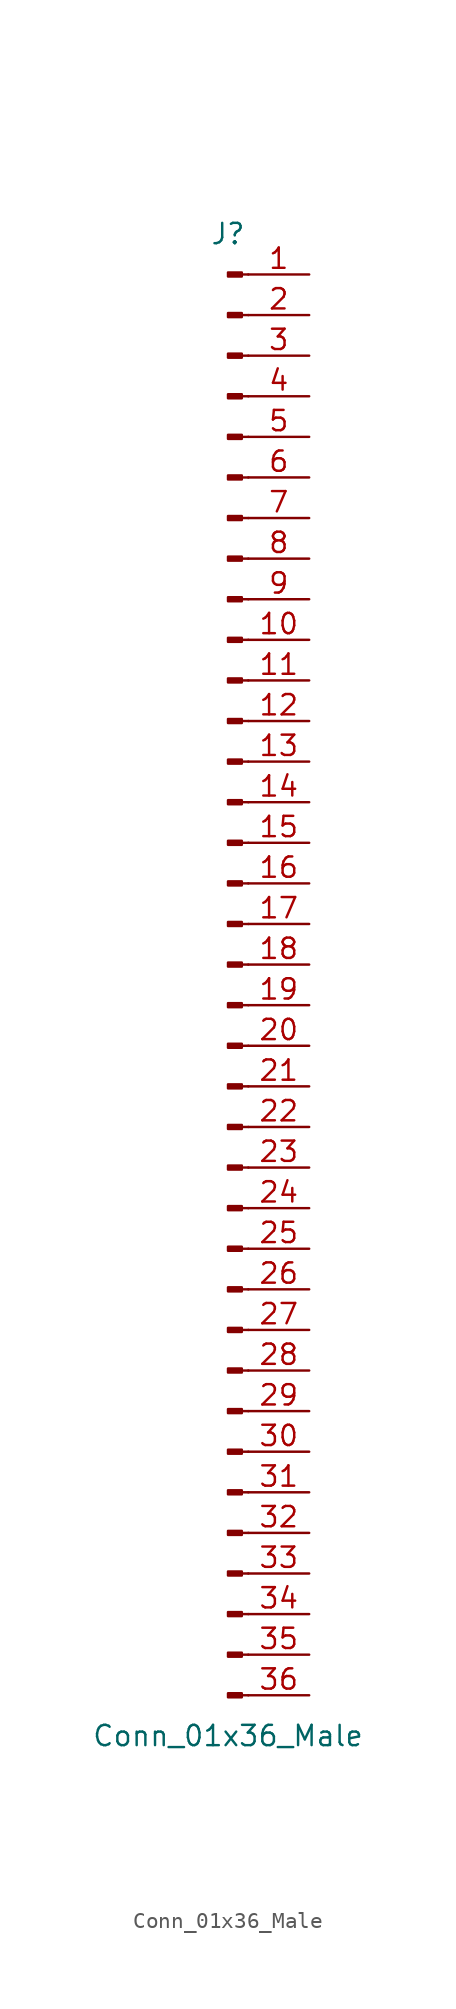
<source format=kicad_sym>
(kicad_symbol_lib
  (version 20201005)
  (generator kicad_symbol_editor)
  (symbol "Connector:Conn_01x36_Male"
    (pin_names
      (offset 1.016) hide)
    (property "Reference" "J"
      (at 0 45.72 0)
      (effects (font (size 1.27 1.27))))
    (property "Value" "Conn_01x36_Male"
      (at 0 -48.26 0)
      (effects (font (size 1.27 1.27))))
    (symbol "Conn_01x36_Male_1_1"
      (rectangle (start 0.864 -45.593) (end 0 -45.847) (stroke (width 0.152)) (fill (type outline)))
      (rectangle (start 0.864 -43.053) (end 0 -43.307) (stroke (width 0.152)) (fill (type outline)))
      (rectangle (start 0.864 -40.513) (end 0 -40.767) (stroke (width 0.152)) (fill (type outline)))
      (rectangle (start 0.864 -37.973) (end 0 -38.227) (stroke (width 0.152)) (fill (type outline)))
      (rectangle (start 0.864 -35.433) (end 0 -35.687) (stroke (width 0.152)) (fill (type outline)))
      (rectangle (start 0.864 -32.893) (end 0 -33.147) (stroke (width 0.152)) (fill (type outline)))
      (rectangle (start 0.864 -30.353) (end 0 -30.607) (stroke (width 0.152)) (fill (type outline)))
      (rectangle (start 0.864 -27.813) (end 0 -28.067) (stroke (width 0.152)) (fill (type outline)))
      (rectangle (start 0.864 -25.273) (end 0 -25.527) (stroke (width 0.152)) (fill (type outline)))
      (rectangle (start 0.864 -22.733) (end 0 -22.987) (stroke (width 0.152)) (fill (type outline)))
      (rectangle (start 0.864 -20.193) (end 0 -20.447) (stroke (width 0.152)) (fill (type outline)))
      (rectangle (start 0.864 -17.653) (end 0 -17.907) (stroke (width 0.152)) (fill (type outline)))
      (rectangle (start 0.864 -15.113) (end 0 -15.367) (stroke (width 0.152)) (fill (type outline)))
      (rectangle (start 0.864 -12.573) (end 0 -12.827) (stroke (width 0.152)) (fill (type outline)))
      (rectangle (start 0.864 -10.033) (end 0 -10.287) (stroke (width 0.152)) (fill (type outline)))
      (rectangle (start 0.864 -7.493) (end 0 -7.747) (stroke (width 0.152)) (fill (type outline)))
      (rectangle (start 0.864 -4.953) (end 0 -5.207) (stroke (width 0.152)) (fill (type outline)))
      (rectangle (start 0.864 -2.413) (end 0 -2.667) (stroke (width 0.152)) (fill (type outline)))
      (rectangle (start 0.864 0.127) (end 0 -0.127) (stroke (width 0.152)) (fill (type outline)))
      (rectangle (start 0.864 2.667) (end 0 2.413) (stroke (width 0.152)) (fill (type outline)))
      (rectangle (start 0.864 5.207) (end 0 4.953) (stroke (width 0.152)) (fill (type outline)))
      (rectangle (start 0.864 7.747) (end 0 7.493) (stroke (width 0.152)) (fill (type outline)))
      (rectangle (start 0.864 10.287) (end 0 10.033) (stroke (width 0.152)) (fill (type outline)))
      (rectangle (start 0.864 12.827) (end 0 12.573) (stroke (width 0.152)) (fill (type outline)))
      (rectangle (start 0.864 15.367) (end 0 15.113) (stroke (width 0.152)) (fill (type outline)))
      (rectangle (start 0.864 17.907) (end 0 17.653) (stroke (width 0.152)) (fill (type outline)))
      (rectangle (start 0.864 20.447) (end 0 20.193) (stroke (width 0.152)) (fill (type outline)))
      (rectangle (start 0.864 22.987) (end 0 22.733) (stroke (width 0.152)) (fill (type outline)))
      (rectangle (start 0.864 25.527) (end 0 25.273) (stroke (width 0.152)) (fill (type outline)))
      (rectangle (start 0.864 28.067) (end 0 27.813) (stroke (width 0.152)) (fill (type outline)))
      (rectangle (start 0.864 30.607) (end 0 30.353) (stroke (width 0.152)) (fill (type outline)))
      (rectangle (start 0.864 33.147) (end 0 32.893) (stroke (width 0.152)) (fill (type outline)))
      (rectangle (start 0.864 35.687) (end 0 35.433) (stroke (width 0.152)) (fill (type outline)))
      (rectangle (start 0.864 38.227) (end 0 37.973) (stroke (width 0.152)) (fill (type outline)))
      (rectangle (start 0.864 40.767) (end 0 40.513) (stroke (width 0.152)) (fill (type outline)))
      (rectangle (start 0.864 43.307) (end 0 43.053) (stroke (width 0.152)) (fill (type outline)))
      (polyline (pts (xy 1.27 -45.72) (xy 0.864 -45.72)) (stroke (width 0.152)) (fill (type none)))
      (polyline (pts (xy 1.27 -43.18) (xy 0.864 -43.18)) (stroke (width 0.152)) (fill (type none)))
      (polyline (pts (xy 1.27 -40.64) (xy 0.864 -40.64)) (stroke (width 0.152)) (fill (type none)))
      (polyline (pts (xy 1.27 -38.1) (xy 0.864 -38.1)) (stroke (width 0.152)) (fill (type none)))
      (polyline (pts (xy 1.27 -35.56) (xy 0.864 -35.56)) (stroke (width 0.152)) (fill (type none)))
      (polyline (pts (xy 1.27 -33.02) (xy 0.864 -33.02)) (stroke (width 0.152)) (fill (type none)))
      (polyline (pts (xy 1.27 -30.48) (xy 0.864 -30.48)) (stroke (width 0.152)) (fill (type none)))
      (polyline (pts (xy 1.27 -27.94) (xy 0.864 -27.94)) (stroke (width 0.152)) (fill (type none)))
      (polyline (pts (xy 1.27 -25.4) (xy 0.864 -25.4)) (stroke (width 0.152)) (fill (type none)))
      (polyline (pts (xy 1.27 -22.86) (xy 0.864 -22.86)) (stroke (width 0.152)) (fill (type none)))
      (polyline (pts (xy 1.27 -20.32) (xy 0.864 -20.32)) (stroke (width 0.152)) (fill (type none)))
      (polyline (pts (xy 1.27 -17.78) (xy 0.864 -17.78)) (stroke (width 0.152)) (fill (type none)))
      (polyline (pts (xy 1.27 -15.24) (xy 0.864 -15.24)) (stroke (width 0.152)) (fill (type none)))
      (polyline (pts (xy 1.27 -12.7) (xy 0.864 -12.7)) (stroke (width 0.152)) (fill (type none)))
      (polyline (pts (xy 1.27 -10.16) (xy 0.864 -10.16)) (stroke (width 0.152)) (fill (type none)))
      (polyline (pts (xy 1.27 -7.62) (xy 0.864 -7.62)) (stroke (width 0.152)) (fill (type none)))
      (polyline (pts (xy 1.27 -5.08) (xy 0.864 -5.08)) (stroke (width 0.152)) (fill (type none)))
      (polyline (pts (xy 1.27 -2.54) (xy 0.864 -2.54)) (stroke (width 0.152)) (fill (type none)))
      (polyline (pts (xy 1.27 0) (xy 0.864 0)) (stroke (width 0.152)) (fill (type none)))
      (polyline (pts (xy 1.27 2.54) (xy 0.864 2.54)) (stroke (width 0.152)) (fill (type none)))
      (polyline (pts (xy 1.27 5.08) (xy 0.864 5.08)) (stroke (width 0.152)) (fill (type none)))
      (polyline (pts (xy 1.27 7.62) (xy 0.864 7.62)) (stroke (width 0.152)) (fill (type none)))
      (polyline (pts (xy 1.27 10.16) (xy 0.864 10.16)) (stroke (width 0.152)) (fill (type none)))
      (polyline (pts (xy 1.27 12.7) (xy 0.864 12.7)) (stroke (width 0.152)) (fill (type none)))
      (polyline (pts (xy 1.27 15.24) (xy 0.864 15.24)) (stroke (width 0.152)) (fill (type none)))
      (polyline (pts (xy 1.27 17.78) (xy 0.864 17.78)) (stroke (width 0.152)) (fill (type none)))
      (polyline (pts (xy 1.27 20.32) (xy 0.864 20.32)) (stroke (width 0.152)) (fill (type none)))
      (polyline (pts (xy 1.27 22.86) (xy 0.864 22.86)) (stroke (width 0.152)) (fill (type none)))
      (polyline (pts (xy 1.27 25.4) (xy 0.864 25.4)) (stroke (width 0.152)) (fill (type none)))
      (polyline (pts (xy 1.27 27.94) (xy 0.864 27.94)) (stroke (width 0.152)) (fill (type none)))
      (polyline (pts (xy 1.27 30.48) (xy 0.864 30.48)) (stroke (width 0.152)) (fill (type none)))
      (polyline (pts (xy 1.27 33.02) (xy 0.864 33.02)) (stroke (width 0.152)) (fill (type none)))
      (polyline (pts (xy 1.27 35.56) (xy 0.864 35.56)) (stroke (width 0.152)) (fill (type none)))
      (polyline (pts (xy 1.27 38.1) (xy 0.864 38.1)) (stroke (width 0.152)) (fill (type none)))
      (polyline (pts (xy 1.27 40.64) (xy 0.864 40.64)) (stroke (width 0.152)) (fill (type none)))
      (polyline (pts (xy 1.27 43.18) (xy 0.864 43.18)) (stroke (width 0.152)) (fill (type none)))
      (pin passive line (at 5.08 43.18 180) (length 3.81) (name "Pin_1" (effects (font (size 1.27 1.27)))) (number "1" (effects (font (size 1.27 1.27)))))
      (pin passive line (at 5.08 20.32 180) (length 3.81) (name "Pin_10" (effects (font (size 1.27 1.27)))) (number "10" (effects (font (size 1.27 1.27)))))
      (pin passive line (at 5.08 17.78 180) (length 3.81) (name "Pin_11" (effects (font (size 1.27 1.27)))) (number "11" (effects (font (size 1.27 1.27)))))
      (pin passive line (at 5.08 15.24 180) (length 3.81) (name "Pin_12" (effects (font (size 1.27 1.27)))) (number "12" (effects (font (size 1.27 1.27)))))
      (pin passive line (at 5.08 12.7 180) (length 3.81) (name "Pin_13" (effects (font (size 1.27 1.27)))) (number "13" (effects (font (size 1.27 1.27)))))
      (pin passive line (at 5.08 10.16 180) (length 3.81) (name "Pin_14" (effects (font (size 1.27 1.27)))) (number "14" (effects (font (size 1.27 1.27)))))
      (pin passive line (at 5.08 7.62 180) (length 3.81) (name "Pin_15" (effects (font (size 1.27 1.27)))) (number "15" (effects (font (size 1.27 1.27)))))
      (pin passive line (at 5.08 5.08 180) (length 3.81) (name "Pin_16" (effects (font (size 1.27 1.27)))) (number "16" (effects (font (size 1.27 1.27)))))
      (pin passive line (at 5.08 2.54 180) (length 3.81) (name "Pin_17" (effects (font (size 1.27 1.27)))) (number "17" (effects (font (size 1.27 1.27)))))
      (pin passive line (at 5.08 0 180) (length 3.81) (name "Pin_18" (effects (font (size 1.27 1.27)))) (number "18" (effects (font (size 1.27 1.27)))))
      (pin passive line (at 5.08 -2.54 180) (length 3.81) (name "Pin_19" (effects (font (size 1.27 1.27)))) (number "19" (effects (font (size 1.27 1.27)))))
      (pin passive line (at 5.08 40.64 180) (length 3.81) (name "Pin_2" (effects (font (size 1.27 1.27)))) (number "2" (effects (font (size 1.27 1.27)))))
      (pin passive line (at 5.08 -5.08 180) (length 3.81) (name "Pin_20" (effects (font (size 1.27 1.27)))) (number "20" (effects (font (size 1.27 1.27)))))
      (pin passive line (at 5.08 -7.62 180) (length 3.81) (name "Pin_21" (effects (font (size 1.27 1.27)))) (number "21" (effects (font (size 1.27 1.27)))))
      (pin passive line (at 5.08 -10.16 180) (length 3.81) (name "Pin_22" (effects (font (size 1.27 1.27)))) (number "22" (effects (font (size 1.27 1.27)))))
      (pin passive line (at 5.08 -12.7 180) (length 3.81) (name "Pin_23" (effects (font (size 1.27 1.27)))) (number "23" (effects (font (size 1.27 1.27)))))
      (pin passive line (at 5.08 -15.24 180) (length 3.81) (name "Pin_24" (effects (font (size 1.27 1.27)))) (number "24" (effects (font (size 1.27 1.27)))))
      (pin passive line (at 5.08 -17.78 180) (length 3.81) (name "Pin_25" (effects (font (size 1.27 1.27)))) (number "25" (effects (font (size 1.27 1.27)))))
      (pin passive line (at 5.08 -20.32 180) (length 3.81) (name "Pin_26" (effects (font (size 1.27 1.27)))) (number "26" (effects (font (size 1.27 1.27)))))
      (pin passive line (at 5.08 -22.86 180) (length 3.81) (name "Pin_27" (effects (font (size 1.27 1.27)))) (number "27" (effects (font (size 1.27 1.27)))))
      (pin passive line (at 5.08 -25.4 180) (length 3.81) (name "Pin_28" (effects (font (size 1.27 1.27)))) (number "28" (effects (font (size 1.27 1.27)))))
      (pin passive line (at 5.08 -27.94 180) (length 3.81) (name "Pin_29" (effects (font (size 1.27 1.27)))) (number "29" (effects (font (size 1.27 1.27)))))
      (pin passive line (at 5.08 38.1 180) (length 3.81) (name "Pin_3" (effects (font (size 1.27 1.27)))) (number "3" (effects (font (size 1.27 1.27)))))
      (pin passive line (at 5.08 -30.48 180) (length 3.81) (name "Pin_30" (effects (font (size 1.27 1.27)))) (number "30" (effects (font (size 1.27 1.27)))))
      (pin passive line (at 5.08 -33.02 180) (length 3.81) (name "Pin_31" (effects (font (size 1.27 1.27)))) (number "31" (effects (font (size 1.27 1.27)))))
      (pin passive line (at 5.08 -35.56 180) (length 3.81) (name "Pin_32" (effects (font (size 1.27 1.27)))) (number "32" (effects (font (size 1.27 1.27)))))
      (pin passive line (at 5.08 -38.1 180) (length 3.81) (name "Pin_33" (effects (font (size 1.27 1.27)))) (number "33" (effects (font (size 1.27 1.27)))))
      (pin passive line (at 5.08 -40.64 180) (length 3.81) (name "Pin_34" (effects (font (size 1.27 1.27)))) (number "34" (effects (font (size 1.27 1.27)))))
      (pin passive line (at 5.08 -43.18 180) (length 3.81) (name "Pin_35" (effects (font (size 1.27 1.27)))) (number "35" (effects (font (size 1.27 1.27)))))
      (pin passive line (at 5.08 -45.72 180) (length 3.81) (name "Pin_36" (effects (font (size 1.27 1.27)))) (number "36" (effects (font (size 1.27 1.27)))))
      (pin passive line (at 5.08 35.56 180) (length 3.81) (name "Pin_4" (effects (font (size 1.27 1.27)))) (number "4" (effects (font (size 1.27 1.27)))))
      (pin passive line (at 5.08 33.02 180) (length 3.81) (name "Pin_5" (effects (font (size 1.27 1.27)))) (number "5" (effects (font (size 1.27 1.27)))))
      (pin passive line (at 5.08 30.48 180) (length 3.81) (name "Pin_6" (effects (font (size 1.27 1.27)))) (number "6" (effects (font (size 1.27 1.27)))))
      (pin passive line (at 5.08 27.94 180) (length 3.81) (name "Pin_7" (effects (font (size 1.27 1.27)))) (number "7" (effects (font (size 1.27 1.27)))))
      (pin passive line (at 5.08 25.4 180) (length 3.81) (name "Pin_8" (effects (font (size 1.27 1.27)))) (number "8" (effects (font (size 1.27 1.27)))))
      (pin passive line (at 5.08 22.86 180) (length 3.81) (name "Pin_9" (effects (font (size 1.27 1.27)))) (number "9" (effects (font (size 1.27 1.27))))))))
</source>
